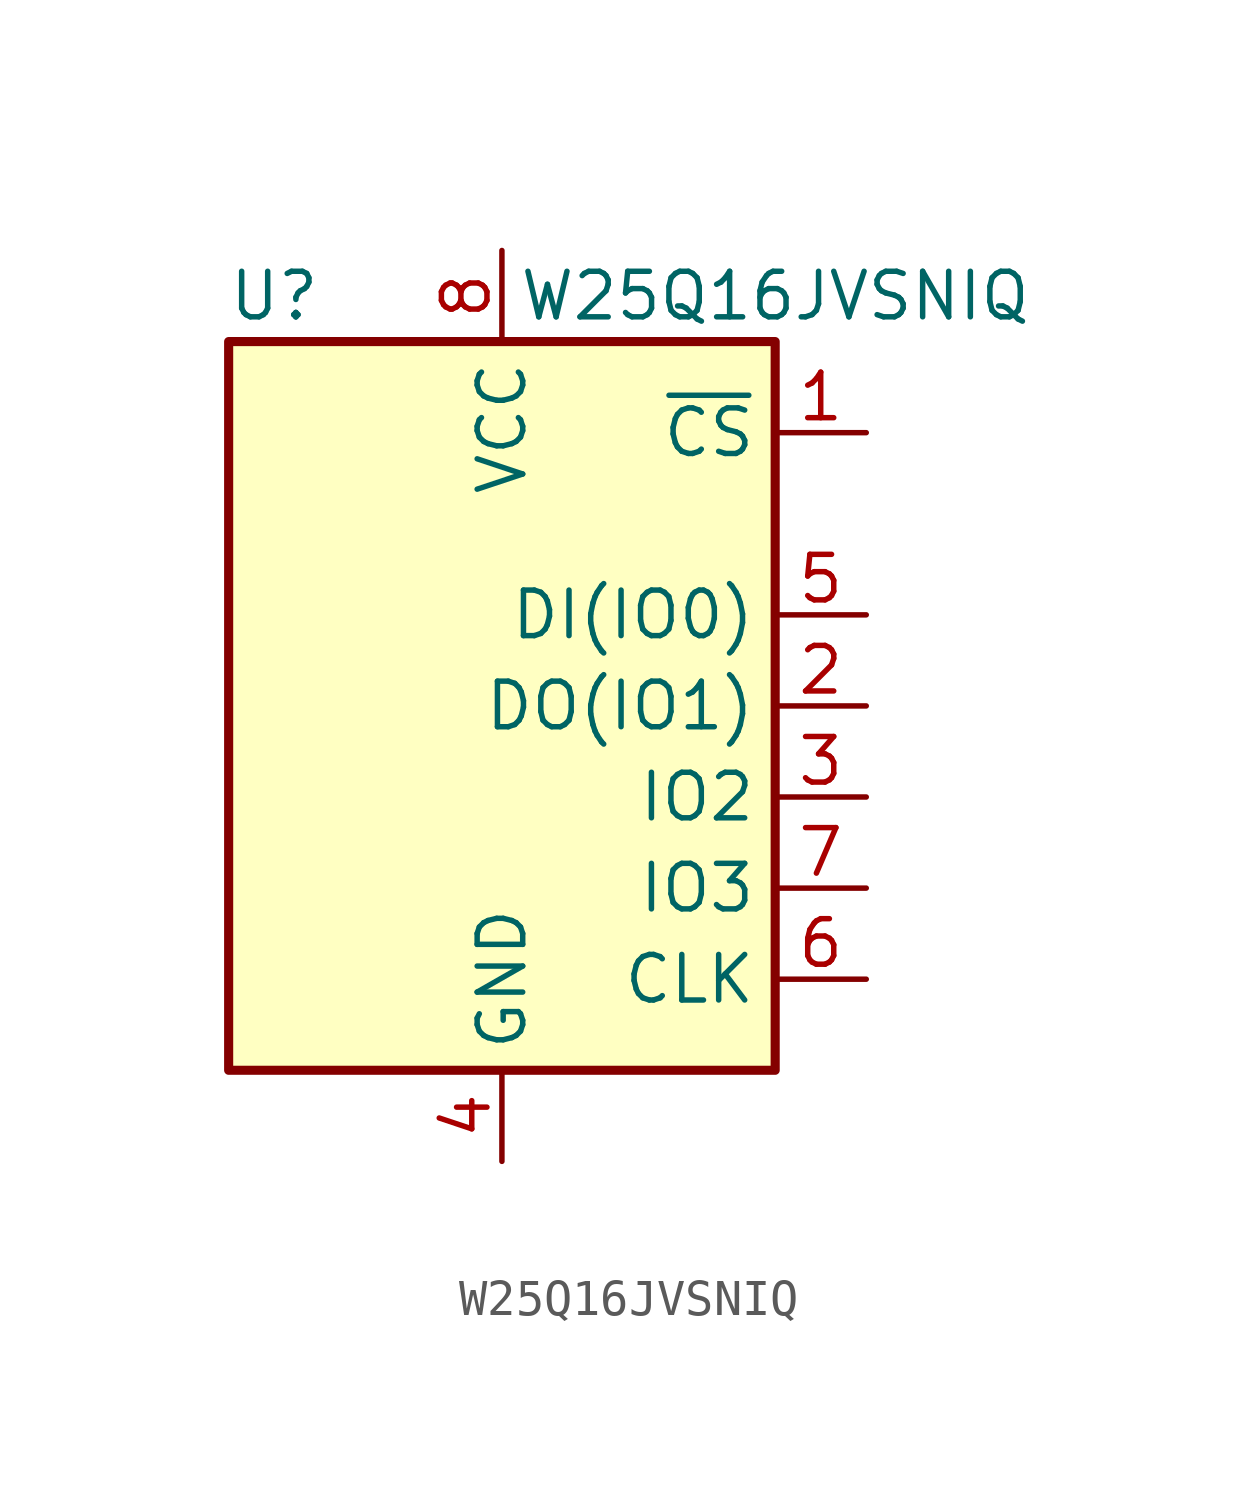
<source format=kicad_sym>
(kicad_symbol_lib
  (version 20231120)
  (generator "kicad_symbol_editor")
  (generator_version "8.0")
  (symbol "W25Q16JVSNIQ"
    (property "Reference" "U"
      (at -6.35 11.43 0)
      (effects (font (size 1.27 1.27))))
    (property "Value" "W25Q16JVSNIQ"
      (at 7.62 11.43 0)
      (effects (font (size 1.27 1.27))))
    (symbol "W25Q16JVSNIQ_0_1"
      (rectangle (start -7.62 10.16) (end 7.62 -10.16) (stroke (width 0.254) (type default)) (fill (type background))))
    (symbol "W25Q16JVSNIQ_1_1"
      (pin input line (at 10.16 7.62 180) (length 2.54) (name "~{CS}" (effects (font (size 1.27 1.27)))) (number "1" (effects (font (size 1.27 1.27)))))
      (pin bidirectional line (at 10.16 0 180) (length 2.54) (name "DO(IO1)" (effects (font (size 1.27 1.27)))) (number "2" (effects (font (size 1.27 1.27)))))
      (pin bidirectional line (at 10.16 -2.54 180) (length 2.54) (name "IO2" (effects (font (size 1.27 1.27)))) (number "3" (effects (font (size 1.27 1.27)))))
      (pin power_in line (at 0 -12.7 90) (length 2.54) (name "GND" (effects (font (size 1.27 1.27)))) (number "4" (effects (font (size 1.27 1.27)))))
      (pin bidirectional line (at 10.16 2.54 180) (length 2.54) (name "DI(IO0)" (effects (font (size 1.27 1.27)))) (number "5" (effects (font (size 1.27 1.27)))))
      (pin input line (at 10.16 -7.62 180) (length 2.54) (name "CLK" (effects (font (size 1.27 1.27)))) (number "6" (effects (font (size 1.27 1.27)))))
      (pin bidirectional line (at 10.16 -5.08 180) (length 2.54) (name "IO3" (effects (font (size 1.27 1.27)))) (number "7" (effects (font (size 1.27 1.27)))))
      (pin power_in line (at 0 12.7 270) (length 2.54) (name "VCC" (effects (font (size 1.27 1.27)))) (number "8" (effects (font (size 1.27 1.27))))))))
</source>
